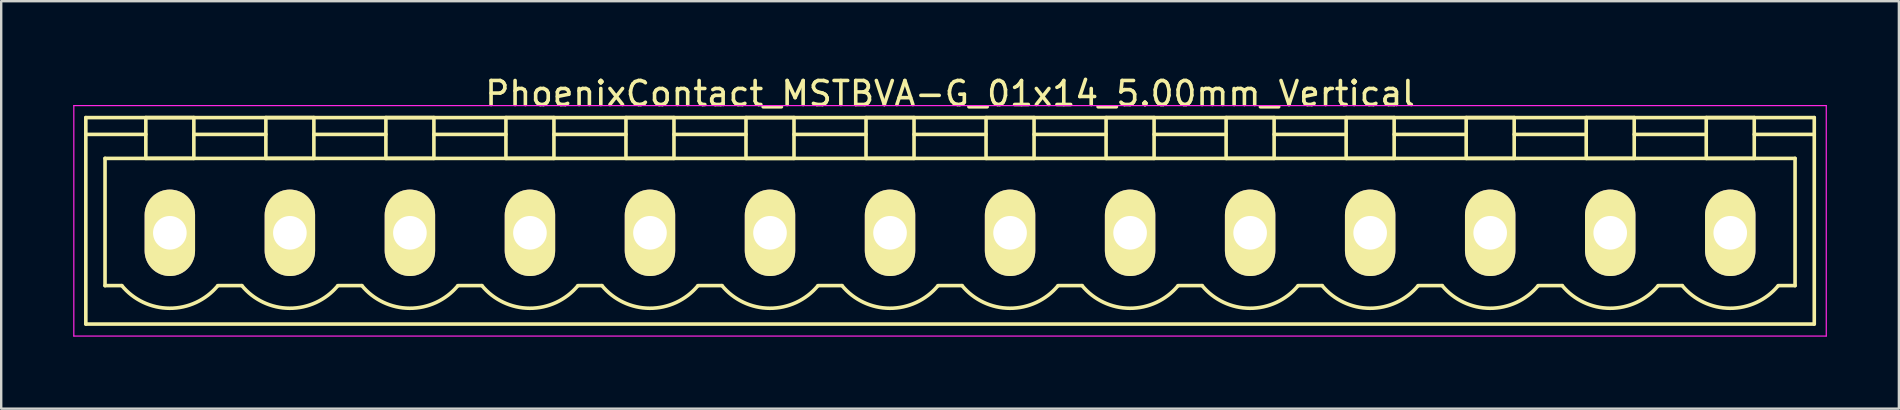
<source format=kicad_pcb>
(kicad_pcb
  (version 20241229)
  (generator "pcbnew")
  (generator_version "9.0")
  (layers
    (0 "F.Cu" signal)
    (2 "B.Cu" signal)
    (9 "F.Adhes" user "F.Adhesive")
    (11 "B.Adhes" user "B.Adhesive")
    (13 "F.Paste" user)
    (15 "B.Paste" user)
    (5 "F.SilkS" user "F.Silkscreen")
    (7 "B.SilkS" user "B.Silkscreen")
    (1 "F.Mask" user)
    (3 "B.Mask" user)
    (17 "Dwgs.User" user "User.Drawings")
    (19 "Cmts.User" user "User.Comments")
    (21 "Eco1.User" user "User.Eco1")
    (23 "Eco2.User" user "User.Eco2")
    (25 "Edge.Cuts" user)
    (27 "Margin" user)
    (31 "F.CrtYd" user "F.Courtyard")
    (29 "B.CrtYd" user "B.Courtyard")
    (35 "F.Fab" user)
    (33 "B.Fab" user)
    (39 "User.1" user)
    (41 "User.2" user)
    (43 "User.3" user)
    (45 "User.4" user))
  (footprint "PhoenixContact_MSTBVA-G_01x14_5.00mm_Vertical"
    (layer "F.Cu")
    (at 4.025 6.648)
    (property "Reference" "PhoenixContact_MSTBVA-G_01x14_5.00mm_Vertical" (at 32.5 -5.8 0) (layer "F.SilkS") (effects (font (size 1 1) (thickness 0.15))))
    (attr through_hole)
    (fp_line (start -3.5 -4.8) (end -3.5 3.8) (stroke (width 0.15) (type solid)) (layer "F.SilkS"))
    (fp_line (start -3.5 -4.1) (end -1 -4.1) (stroke (width 0.15) (type solid)) (layer "F.SilkS"))
    (fp_line (start -3.5 3.8) (end 68.5 3.8) (stroke (width 0.15) (type solid)) (layer "F.SilkS"))
    (fp_line (start -2.7 -3.1) (end 67.7 -3.1) (stroke (width 0.15) (type solid)) (layer "F.SilkS"))
    (fp_line (start -2.7 2.2) (end -2.7 -3.1) (stroke (width 0.15) (type solid)) (layer "F.SilkS"))
    (fp_line (start -2 2.2) (end -2.7 2.2) (stroke (width 0.15) (type solid)) (layer "F.SilkS"))
    (fp_line (start -1 -4.8) (end 1 -4.8) (stroke (width 0.15) (type solid)) (layer "F.SilkS"))
    (fp_line (start -1 -3.1) (end -1 -4.8) (stroke (width 0.15) (type solid)) (layer "F.SilkS"))
    (fp_line (start 1 -4.8) (end 1 -3.1) (stroke (width 0.15) (type solid)) (layer "F.SilkS"))
    (fp_line (start 1 -4.1) (end 4 -4.1) (stroke (width 0.15) (type solid)) (layer "F.SilkS"))
    (fp_line (start 1 -3.1) (end -1 -3.1) (stroke (width 0.15) (type solid)) (layer "F.SilkS"))
    (fp_line (start 2 2.2) (end 3 2.2) (stroke (width 0.15) (type solid)) (layer "F.SilkS"))
    (fp_line (start 4 -4.8) (end 6 -4.8) (stroke (width 0.15) (type solid)) (layer "F.SilkS"))
    (fp_line (start 4 -3.1) (end 4 -4.8) (stroke (width 0.15) (type solid)) (layer "F.SilkS"))
    (fp_line (start 6 -4.8) (end 6 -3.1) (stroke (width 0.15) (type solid)) (layer "F.SilkS"))
    (fp_line (start 6 -4.1) (end 9 -4.1) (stroke (width 0.15) (type solid)) (layer "F.SilkS"))
    (fp_line (start 6 -3.1) (end 4 -3.1) (stroke (width 0.15) (type solid)) (layer "F.SilkS"))
    (fp_line (start 7 2.2) (end 8 2.2) (stroke (width 0.15) (type solid)) (layer "F.SilkS"))
    (fp_line (start 9 -4.8) (end 11 -4.8) (stroke (width 0.15) (type solid)) (layer "F.SilkS"))
    (fp_line (start 9 -3.1) (end 9 -4.8) (stroke (width 0.15) (type solid)) (layer "F.SilkS"))
    (fp_line (start 11 -4.8) (end 11 -3.1) (stroke (width 0.15) (type solid)) (layer "F.SilkS"))
    (fp_line (start 11 -4.1) (end 14 -4.1) (stroke (width 0.15) (type solid)) (layer "F.SilkS"))
    (fp_line (start 11 -3.1) (end 9 -3.1) (stroke (width 0.15) (type solid)) (layer "F.SilkS"))
    (fp_line (start 12 2.2) (end 13 2.2) (stroke (width 0.15) (type solid)) (layer "F.SilkS"))
    (fp_line (start 14 -4.8) (end 16 -4.8) (stroke (width 0.15) (type solid)) (layer "F.SilkS"))
    (fp_line (start 14 -3.1) (end 14 -4.8) (stroke (width 0.15) (type solid)) (layer "F.SilkS"))
    (fp_line (start 16 -4.8) (end 16 -3.1) (stroke (width 0.15) (type solid)) (layer "F.SilkS"))
    (fp_line (start 16 -4.1) (end 19 -4.1) (stroke (width 0.15) (type solid)) (layer "F.SilkS"))
    (fp_line (start 16 -3.1) (end 14 -3.1) (stroke (width 0.15) (type solid)) (layer "F.SilkS"))
    (fp_line (start 17 2.2) (end 18 2.2) (stroke (width 0.15) (type solid)) (layer "F.SilkS"))
    (fp_line (start 19 -4.8) (end 21 -4.8) (stroke (width 0.15) (type solid)) (layer "F.SilkS"))
    (fp_line (start 19 -3.1) (end 19 -4.8) (stroke (width 0.15) (type solid)) (layer "F.SilkS"))
    (fp_line (start 21 -4.8) (end 21 -3.1) (stroke (width 0.15) (type solid)) (layer "F.SilkS"))
    (fp_line (start 21 -4.1) (end 24 -4.1) (stroke (width 0.15) (type solid)) (layer "F.SilkS"))
    (fp_line (start 21 -3.1) (end 19 -3.1) (stroke (width 0.15) (type solid)) (layer "F.SilkS"))
    (fp_line (start 22 2.2) (end 23 2.2) (stroke (width 0.15) (type solid)) (layer "F.SilkS"))
    (fp_line (start 24 -4.8) (end 26 -4.8) (stroke (width 0.15) (type solid)) (layer "F.SilkS"))
    (fp_line (start 24 -3.1) (end 24 -4.8) (stroke (width 0.15) (type solid)) (layer "F.SilkS"))
    (fp_line (start 26 -4.8) (end 26 -3.1) (stroke (width 0.15) (type solid)) (layer "F.SilkS"))
    (fp_line (start 26 -4.1) (end 29 -4.1) (stroke (width 0.15) (type solid)) (layer "F.SilkS"))
    (fp_line (start 26 -3.1) (end 24 -3.1) (stroke (width 0.15) (type solid)) (layer "F.SilkS"))
    (fp_line (start 27 2.2) (end 28 2.2) (stroke (width 0.15) (type solid)) (layer "F.SilkS"))
    (fp_line (start 29 -4.8) (end 31 -4.8) (stroke (width 0.15) (type solid)) (layer "F.SilkS"))
    (fp_line (start 29 -3.1) (end 29 -4.8) (stroke (width 0.15) (type solid)) (layer "F.SilkS"))
    (fp_line (start 31 -4.8) (end 31 -3.1) (stroke (width 0.15) (type solid)) (layer "F.SilkS"))
    (fp_line (start 31 -4.1) (end 34 -4.1) (stroke (width 0.15) (type solid)) (layer "F.SilkS"))
    (fp_line (start 31 -3.1) (end 29 -3.1) (stroke (width 0.15) (type solid)) (layer "F.SilkS"))
    (fp_line (start 32 2.2) (end 33 2.2) (stroke (width 0.15) (type solid)) (layer "F.SilkS"))
    (fp_line (start 34 -4.8) (end 36 -4.8) (stroke (width 0.15) (type solid)) (layer "F.SilkS"))
    (fp_line (start 34 -3.1) (end 34 -4.8) (stroke (width 0.15) (type solid)) (layer "F.SilkS"))
    (fp_line (start 36 -4.8) (end 36 -3.1) (stroke (width 0.15) (type solid)) (layer "F.SilkS"))
    (fp_line (start 36 -4.1) (end 39 -4.1) (stroke (width 0.15) (type solid)) (layer "F.SilkS"))
    (fp_line (start 36 -3.1) (end 34 -3.1) (stroke (width 0.15) (type solid)) (layer "F.SilkS"))
    (fp_line (start 37 2.2) (end 38 2.2) (stroke (width 0.15) (type solid)) (layer "F.SilkS"))
    (fp_line (start 39 -4.8) (end 41 -4.8) (stroke (width 0.15) (type solid)) (layer "F.SilkS"))
    (fp_line (start 39 -3.1) (end 39 -4.8) (stroke (width 0.15) (type solid)) (layer "F.SilkS"))
    (fp_line (start 41 -4.8) (end 41 -3.1) (stroke (width 0.15) (type solid)) (layer "F.SilkS"))
    (fp_line (start 41 -4.1) (end 44 -4.1) (stroke (width 0.15) (type solid)) (layer "F.SilkS"))
    (fp_line (start 41 -3.1) (end 39 -3.1) (stroke (width 0.15) (type solid)) (layer "F.SilkS"))
    (fp_line (start 42 2.2) (end 43 2.2) (stroke (width 0.15) (type solid)) (layer "F.SilkS"))
    (fp_line (start 44 -4.8) (end 46 -4.8) (stroke (width 0.15) (type solid)) (layer "F.SilkS"))
    (fp_line (start 44 -3.1) (end 44 -4.8) (stroke (width 0.15) (type solid)) (layer "F.SilkS"))
    (fp_line (start 46 -4.8) (end 46 -3.1) (stroke (width 0.15) (type solid)) (layer "F.SilkS"))
    (fp_line (start 46 -4.1) (end 49 -4.1) (stroke (width 0.15) (type solid)) (layer "F.SilkS"))
    (fp_line (start 46 -3.1) (end 44 -3.1) (stroke (width 0.15) (type solid)) (layer "F.SilkS"))
    (fp_line (start 47 2.2) (end 48 2.2) (stroke (width 0.15) (type solid)) (layer "F.SilkS"))
    (fp_line (start 49 -4.8) (end 51 -4.8) (stroke (width 0.15) (type solid)) (layer "F.SilkS"))
    (fp_line (start 49 -3.1) (end 49 -4.8) (stroke (width 0.15) (type solid)) (layer "F.SilkS"))
    (fp_line (start 51 -4.8) (end 51 -3.1) (stroke (width 0.15) (type solid)) (layer "F.SilkS"))
    (fp_line (start 51 -4.1) (end 54 -4.1) (stroke (width 0.15) (type solid)) (layer "F.SilkS"))
    (fp_line (start 51 -3.1) (end 49 -3.1) (stroke (width 0.15) (type solid)) (layer "F.SilkS"))
    (fp_line (start 52 2.2) (end 53 2.2) (stroke (width 0.15) (type solid)) (layer "F.SilkS"))
    (fp_line (start 54 -4.8) (end 56 -4.8) (stroke (width 0.15) (type solid)) (layer "F.SilkS"))
    (fp_line (start 54 -3.1) (end 54 -4.8) (stroke (width 0.15) (type solid)) (layer "F.SilkS"))
    (fp_line (start 56 -4.8) (end 56 -3.1) (stroke (width 0.15) (type solid)) (layer "F.SilkS"))
    (fp_line (start 56 -4.1) (end 59 -4.1) (stroke (width 0.15) (type solid)) (layer "F.SilkS"))
    (fp_line (start 56 -3.1) (end 54 -3.1) (stroke (width 0.15) (type solid)) (layer "F.SilkS"))
    (fp_line (start 57 2.2) (end 58 2.2) (stroke (width 0.15) (type solid)) (layer "F.SilkS"))
    (fp_line (start 59 -4.8) (end 61 -4.8) (stroke (width 0.15) (type solid)) (layer "F.SilkS"))
    (fp_line (start 59 -3.1) (end 59 -4.8) (stroke (width 0.15) (type solid)) (layer "F.SilkS"))
    (fp_line (start 61 -4.8) (end 61 -3.1) (stroke (width 0.15) (type solid)) (layer "F.SilkS"))
    (fp_line (start 61 -4.1) (end 64 -4.1) (stroke (width 0.15) (type solid)) (layer "F.SilkS"))
    (fp_line (start 61 -3.1) (end 59 -3.1) (stroke (width 0.15) (type solid)) (layer "F.SilkS"))
    (fp_line (start 62 2.2) (end 63 2.2) (stroke (width 0.15) (type solid)) (layer "F.SilkS"))
    (fp_line (start 64 -4.8) (end 66 -4.8) (stroke (width 0.15) (type solid)) (layer "F.SilkS"))
    (fp_line (start 64 -3.1) (end 64 -4.8) (stroke (width 0.15) (type solid)) (layer "F.SilkS"))
    (fp_line (start 66 -4.8) (end 66 -3.1) (stroke (width 0.15) (type solid)) (layer "F.SilkS"))
    (fp_line (start 66 -3.1) (end 64 -3.1) (stroke (width 0.15) (type solid)) (layer "F.SilkS"))
    (fp_line (start 67.7 -3.1) (end 67.7 2.2) (stroke (width 0.15) (type solid)) (layer "F.SilkS"))
    (fp_line (start 67.7 2.2) (end 67 2.2) (stroke (width 0.15) (type solid)) (layer "F.SilkS"))
    (fp_line (start 68.5 -4.8) (end -3.5 -4.8) (stroke (width 0.15) (type solid)) (layer "F.SilkS"))
    (fp_line (start 68.5 -4.1) (end 66 -4.1) (stroke (width 0.15) (type solid)) (layer "F.SilkS"))
    (fp_line (start 68.5 3.8) (end 68.5 -4.8) (stroke (width 0.15) (type solid)) (layer "F.SilkS"))
    (fp_arc (start 1.986842 2.215821) (mid -0.010289 3.142758) (end -2 2.2) (stroke (width 0.15) (type solid)) (layer "F.SilkS"))
    (fp_arc (start 6.986842 2.215821) (mid 4.989711 3.142758) (end 3 2.2) (stroke (width 0.15) (type solid)) (layer "F.SilkS"))
    (fp_arc (start 11.986842 2.215821) (mid 9.989711 3.142758) (end 8 2.2) (stroke (width 0.15) (type solid)) (layer "F.SilkS"))
    (fp_arc (start 16.986842 2.215821) (mid 14.989711 3.142758) (end 13 2.2) (stroke (width 0.15) (type solid)) (layer "F.SilkS"))
    (fp_arc (start 21.986842 2.215821) (mid 19.989711 3.142758) (end 18 2.2) (stroke (width 0.15) (type solid)) (layer "F.SilkS"))
    (fp_arc (start 26.986842 2.215821) (mid 24.989711 3.142758) (end 23 2.2) (stroke (width 0.15) (type solid)) (layer "F.SilkS"))
    (fp_arc (start 31.986842 2.215821) (mid 29.989711 3.142758) (end 28 2.2) (stroke (width 0.15) (type solid)) (layer "F.SilkS"))
    (fp_arc (start 36.986842 2.215821) (mid 34.989711 3.142758) (end 33 2.2) (stroke (width 0.15) (type solid)) (layer "F.SilkS"))
    (fp_arc (start 41.986842 2.215821) (mid 39.989711 3.142758) (end 38 2.2) (stroke (width 0.15) (type solid)) (layer "F.SilkS"))
    (fp_arc (start 46.986842 2.215821) (mid 44.989711 3.142758) (end 43 2.2) (stroke (width 0.15) (type solid)) (layer "F.SilkS"))
    (fp_arc (start 51.986842 2.215821) (mid 49.989711 3.142758) (end 48 2.2) (stroke (width 0.15) (type solid)) (layer "F.SilkS"))
    (fp_arc (start 56.986842 2.215821) (mid 54.989711 3.142758) (end 53 2.2) (stroke (width 0.15) (type solid)) (layer "F.SilkS"))
    (fp_arc (start 61.986842 2.215821) (mid 59.989711 3.142758) (end 58 2.2) (stroke (width 0.15) (type solid)) (layer "F.SilkS"))
    (fp_arc (start 66.986842 2.215821) (mid 64.989711 3.142758) (end 63 2.2) (stroke (width 0.15) (type solid)) (layer "F.SilkS"))
    (fp_line (start -4 -5.3) (end -4 4.3) (stroke (width 0.05) (type solid)) (layer "F.CrtYd"))
    (fp_line (start -4 4.3) (end 69 4.3) (stroke (width 0.05) (type solid)) (layer "F.CrtYd"))
    (fp_line (start 69 -5.3) (end -4 -5.3) (stroke (width 0.05) (type solid)) (layer "F.CrtYd"))
    (fp_line (start 69 4.3) (end 69 -5.3) (stroke (width 0.05) (type solid)) (layer "F.CrtYd"))
    (pad "1" thru_hole oval (at 0 0) (size 2.1 3.6) (drill 1.4) (layers "*.Cu" "*.Mask" "F.SilkS"))
    (pad "2" thru_hole oval (at 5 0) (size 2.1 3.6) (drill 1.4) (layers "*.Cu" "*.Mask" "F.SilkS"))
    (pad "3" thru_hole oval (at 10 0) (size 2.1 3.6) (drill 1.4) (layers "*.Cu" "*.Mask" "F.SilkS"))
    (pad "4" thru_hole oval (at 15 0) (size 2.1 3.6) (drill 1.4) (layers "*.Cu" "*.Mask" "F.SilkS"))
    (pad "5" thru_hole oval (at 20 0) (size 2.1 3.6) (drill 1.4) (layers "*.Cu" "*.Mask" "F.SilkS"))
    (pad "6" thru_hole oval (at 25 0) (size 2.1 3.6) (drill 1.4) (layers "*.Cu" "*.Mask" "F.SilkS"))
    (pad "7" thru_hole oval (at 30 0) (size 2.1 3.6) (drill 1.4) (layers "*.Cu" "*.Mask" "F.SilkS"))
    (pad "8" thru_hole oval (at 35 0) (size 2.1 3.6) (drill 1.4) (layers "*.Cu" "*.Mask" "F.SilkS"))
    (pad "9" thru_hole oval (at 40 0) (size 2.1 3.6) (drill 1.4) (layers "*.Cu" "*.Mask" "F.SilkS"))
    (pad "10" thru_hole oval (at 45 0) (size 2.1 3.6) (drill 1.4) (layers "*.Cu" "*.Mask" "F.SilkS"))
    (pad "11" thru_hole oval (at 50 0) (size 2.1 3.6) (drill 1.4) (layers "*.Cu" "*.Mask" "F.SilkS"))
    (pad "12" thru_hole oval (at 55 0) (size 2.1 3.6) (drill 1.4) (layers "*.Cu" "*.Mask" "F.SilkS"))
    (pad "13" thru_hole oval (at 60 0) (size 2.1 3.6) (drill 1.4) (layers "*.Cu" "*.Mask" "F.SilkS"))
    (pad "14" thru_hole oval (at 65 0) (size 2.1 3.6) (drill 1.4) (layers "*.Cu" "*.Mask" "F.SilkS")))
  (gr_rect
    (start -3 -3)
    (end 76.05 13.973)
    (stroke (width 0.1) (type default))
    (fill no)
    (layer "Edge.Cuts")))
</source>
